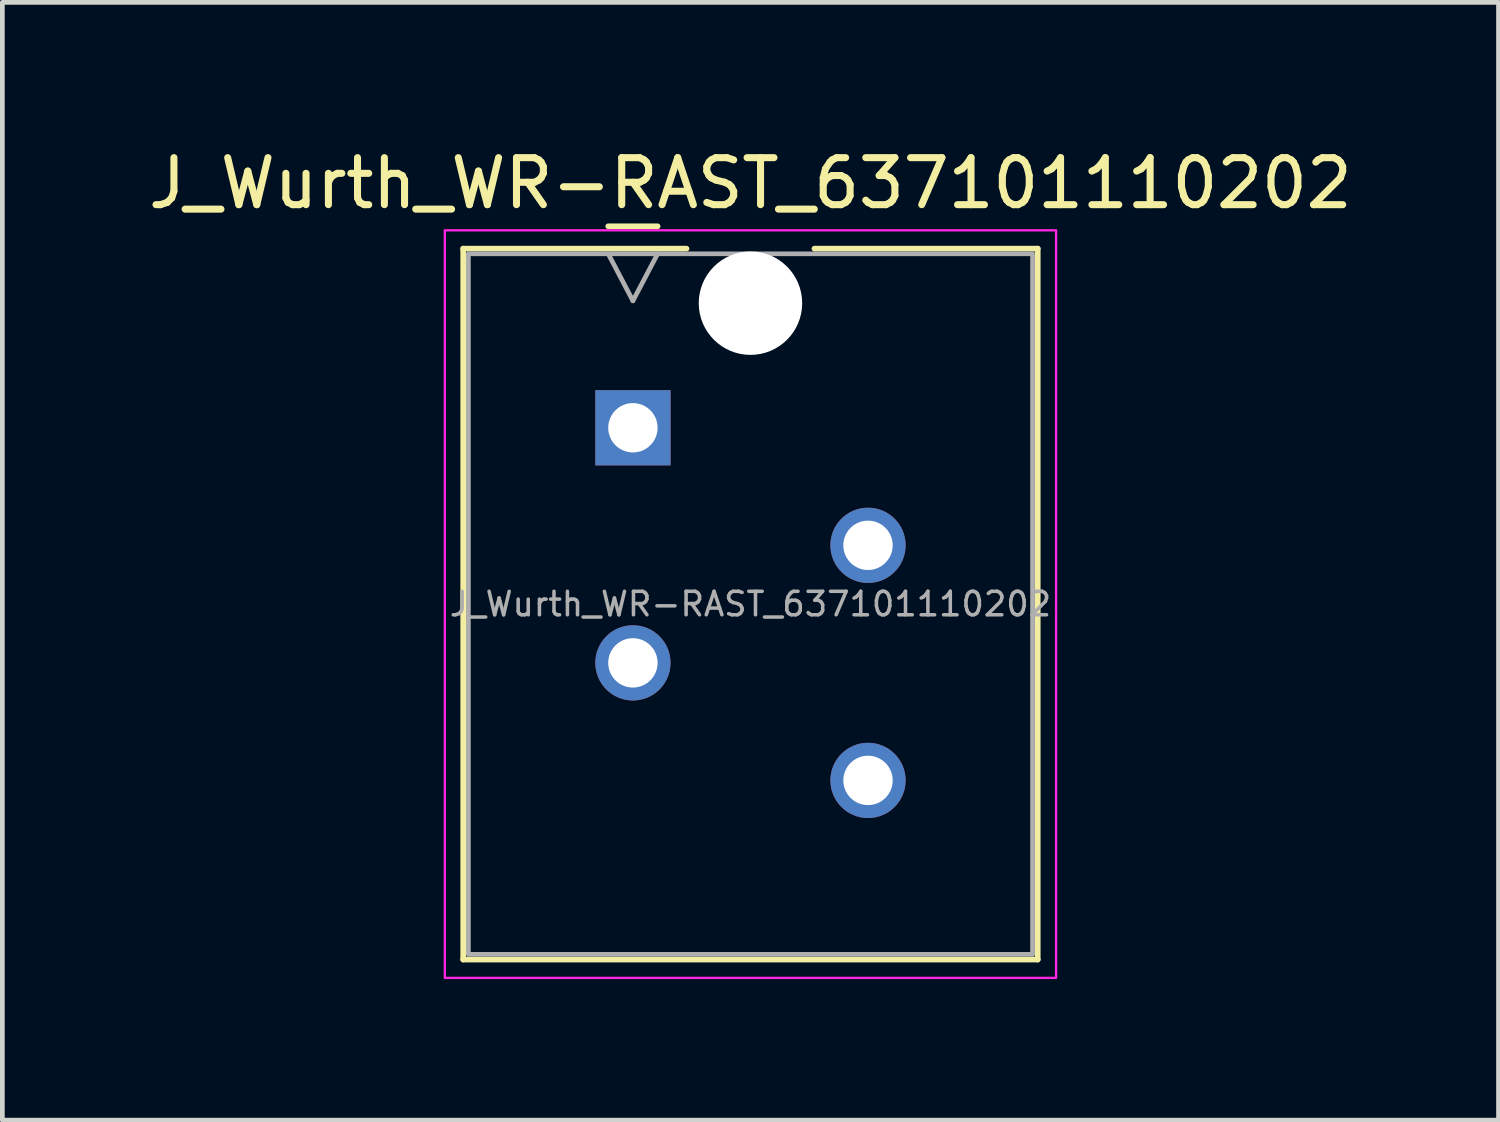
<source format=kicad_pcb>
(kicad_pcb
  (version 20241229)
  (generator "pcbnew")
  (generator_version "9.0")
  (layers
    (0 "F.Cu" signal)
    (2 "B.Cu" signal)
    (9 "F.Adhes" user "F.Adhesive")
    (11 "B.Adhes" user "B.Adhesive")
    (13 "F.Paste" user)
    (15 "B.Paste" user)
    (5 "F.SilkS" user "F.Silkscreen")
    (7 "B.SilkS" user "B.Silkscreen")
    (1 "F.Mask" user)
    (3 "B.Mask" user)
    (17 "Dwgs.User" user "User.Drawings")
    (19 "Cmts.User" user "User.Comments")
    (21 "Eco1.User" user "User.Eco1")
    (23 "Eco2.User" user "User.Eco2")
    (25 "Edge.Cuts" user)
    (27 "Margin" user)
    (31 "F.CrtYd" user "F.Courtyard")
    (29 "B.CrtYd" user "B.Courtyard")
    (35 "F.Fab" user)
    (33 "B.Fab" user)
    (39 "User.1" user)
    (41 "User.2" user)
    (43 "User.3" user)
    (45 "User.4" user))
  (footprint "J_Wurth_WR-RAST_637101110202"
    (layer "F.Cu")
    (at 10.411 6.048)
    (property "Reference" "J_Wurth_WR-RAST_637101110202" (at 2.5 -5.2 0) (unlocked yes) (layer "F.SilkS") (effects (font (size 1 1) (thickness 0.15))))
    (attr smd)
    (fp_line (start -3.61 -3.81) (end -3.61 11.31) (stroke (width 0.12) (type default)) (layer "F.SilkS"))
    (fp_line (start -3.61 -3.81) (end 1.14 -3.81) (stroke (width 0.12) (type default)) (layer "F.SilkS"))
    (fp_line (start -3.61 11.31) (end 8.61 11.31) (stroke (width 0.12) (type default)) (layer "F.SilkS"))
    (fp_line (start -0.525 -4.285) (end 0.525 -4.285) (stroke (width 0.12) (type default)) (layer "F.SilkS"))
    (fp_line (start 8.61 -3.81) (end 3.86 -3.81) (stroke (width 0.12) (type default)) (layer "F.SilkS"))
    (fp_line (start 8.61 -3.81) (end 8.61 11.31) (stroke (width 0.12) (type default)) (layer "F.SilkS"))
    (fp_rect (start -4 -4.2) (end 9 11.7) (stroke (width 0.05) (type default)) (fill no) (layer "F.CrtYd"))
    (fp_line (start -0.525 -3.7) (end 0 -2.7) (stroke (width 0.1) (type default)) (layer "F.Fab"))
    (fp_line (start 0.525 -3.7) (end 0 -2.7) (stroke (width 0.1) (type default)) (layer "F.Fab"))
    (fp_rect (start -3.5 -3.7) (end 8.5 11.2) (stroke (width 0.1) (type default)) (fill no) (layer "F.Fab"))
    (fp_text user "${REFERENCE}" (at 2.5 3.75 0) (unlocked yes) (layer "F.Fab") (effects (font (size 0.5 0.5) (thickness 0.075))))
    (pad "" np_thru_hole circle (at 2.5 -2.65) (size 2.2 2.2) (drill 2.2) (layers "*.Cu" "*.Mask"))
    (pad "1" thru_hole rect (at 0 0) (size 1.6 1.6) (drill 1.05) (layers "*.Cu" "*.Mask"))
    (pad "2" thru_hole circle (at 5 2.5) (size 1.6 1.6) (drill 1.05) (layers "*.Cu" "*.Mask"))
    (pad "A1" thru_hole circle (at 0 5) (size 1.6 1.6) (drill 1.05) (layers "*.Cu" "*.Mask"))
    (pad "A2" thru_hole circle (at 5 7.5) (size 1.6 1.6) (drill 1.05) (layers "*.Cu" "*.Mask")))
  (gr_rect
    (start -3 -3)
    (end 28.821 20.773)
    (stroke (width 0.1) (type default))
    (fill no)
    (layer "Edge.Cuts")))
</source>
